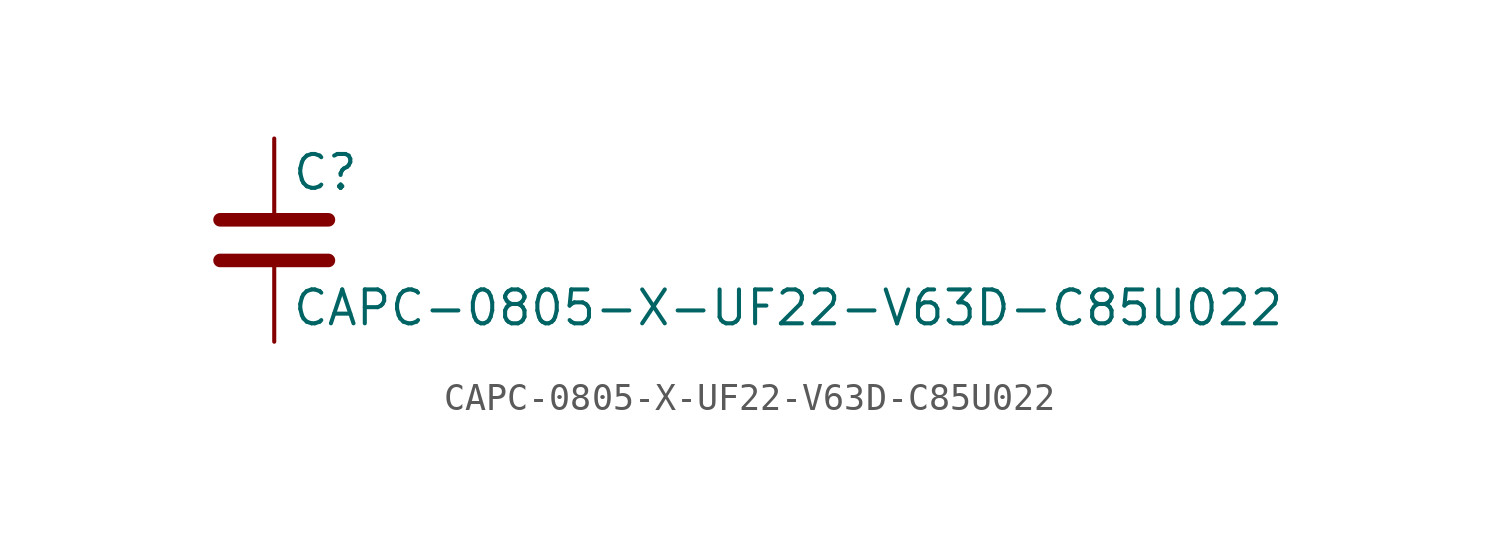
<source format=kicad_sym>
(kicad_symbol_lib
  (version 20211014)
  (generator kicad_symbol_editor)
  (symbol "CAPC-0805-X-UF22-V63D-C85U022"
    (pin_numbers hide)
    (pin_names
      (offset 0.254))
    (property "Reference" "C"
      (at 0.635 2.54 0)
      (effects (font (size 1.27 1.27)) (justify left)))
    (property "Value" "CAPC-0805-X-UF22-V63D-C85U022"
      (at 0.635 -2.54 0)
      (effects (font (size 1.27 1.27)) (justify left)))
    (symbol "CAPC-0805-X-UF22-V63D-C85U022_0_1"
      (polyline (pts (xy -2.032 -0.762) (xy 2.032 -0.762)) (stroke (width 0.508) (type default) (color 0 0 0 0)) (fill (type none)))
      (polyline (pts (xy -2.032 0.762) (xy 2.032 0.762)) (stroke (width 0.508) (type default) (color 0 0 0 0)) (fill (type none))))
    (symbol "CAPC-0805-X-UF22-V63D-C85U022_1_1"
      (pin passive line (at 0 3.81 270) (length 2.794) (name "~" (effects (font (size 1.27 1.27)))) (number "1" (effects (font (size 1.27 1.27)))))
      (pin passive line (at 0 -3.81 90) (length 2.794) (name "~" (effects (font (size 1.27 1.27)))) (number "2" (effects (font (size 1.27 1.27))))))))
</source>
